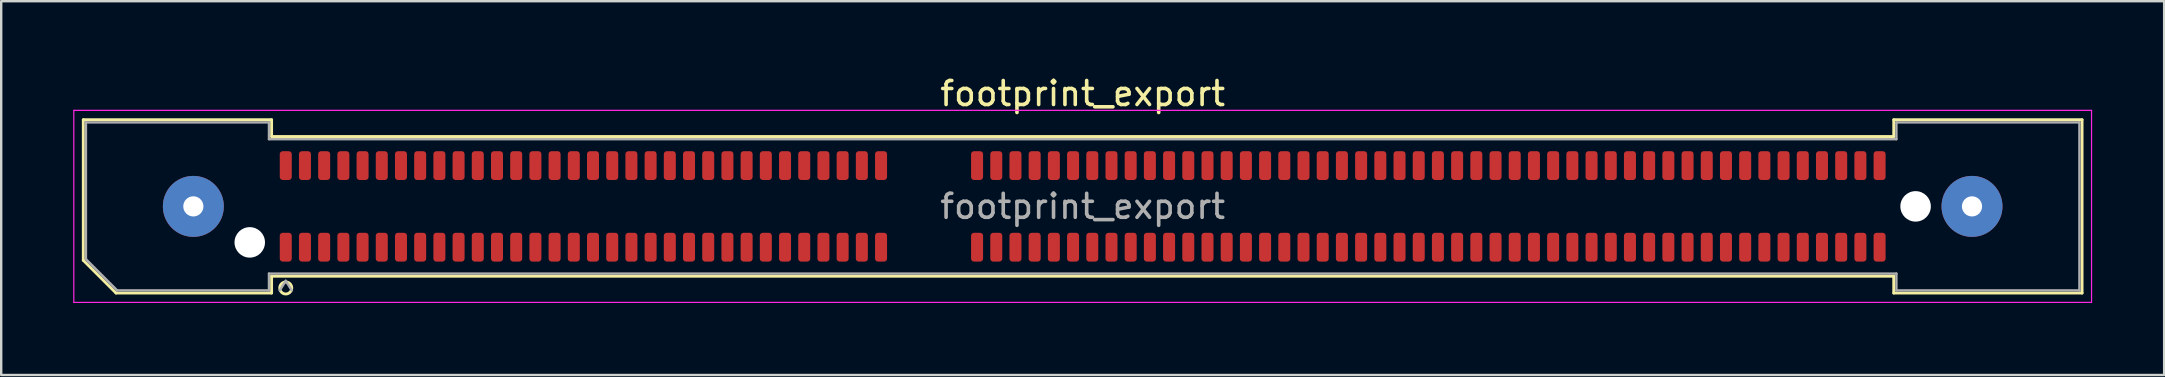
<source format=kicad_pcb>
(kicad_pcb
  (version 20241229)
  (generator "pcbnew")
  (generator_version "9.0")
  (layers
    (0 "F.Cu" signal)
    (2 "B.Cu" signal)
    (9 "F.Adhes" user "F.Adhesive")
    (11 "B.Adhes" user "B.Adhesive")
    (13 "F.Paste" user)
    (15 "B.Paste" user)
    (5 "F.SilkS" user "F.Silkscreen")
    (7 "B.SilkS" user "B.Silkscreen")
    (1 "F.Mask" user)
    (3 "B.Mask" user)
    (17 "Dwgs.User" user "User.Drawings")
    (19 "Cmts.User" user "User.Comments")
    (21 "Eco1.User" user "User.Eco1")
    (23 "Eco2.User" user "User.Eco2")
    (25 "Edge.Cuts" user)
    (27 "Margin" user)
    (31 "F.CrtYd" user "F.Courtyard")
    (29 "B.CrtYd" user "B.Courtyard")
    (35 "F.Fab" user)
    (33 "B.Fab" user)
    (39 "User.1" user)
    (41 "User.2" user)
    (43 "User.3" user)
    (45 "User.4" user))
  (footprint "footprint_export"
    (layer "F.Cu")
    (at 42.055 5.548)
    (property "Reference" "footprint_export" (at 0 -4.7 0) (layer "F.SilkS") (effects (font (size 1 1) (thickness 0.15))))
    (attr smd)
    (fp_line (start -41.635 -3.61) (end -33.79 -3.61) (stroke (width 0.12) (type solid)) (layer "F.SilkS"))
    (fp_line (start -41.635 2.246) (end -41.635 -3.61) (stroke (width 0.12) (type solid)) (layer "F.SilkS"))
    (fp_line (start -40.271 3.61) (end -41.635 2.246) (stroke (width 0.12) (type solid)) (layer "F.SilkS"))
    (fp_line (start -33.79 -3.61) (end -33.79 -2.91) (stroke (width 0.12) (type solid)) (layer "F.SilkS"))
    (fp_line (start -33.79 -2.91) (end 33.79 -2.91) (stroke (width 0.12) (type solid)) (layer "F.SilkS"))
    (fp_line (start -33.79 2.91) (end -33.79 3.61) (stroke (width 0.12) (type solid)) (layer "F.SilkS"))
    (fp_line (start -33.79 3.61) (end -40.271 3.61) (stroke (width 0.12) (type solid)) (layer "F.SilkS"))
    (fp_line (start 33.79 -3.61) (end 41.635 -3.61) (stroke (width 0.12) (type solid)) (layer "F.SilkS"))
    (fp_line (start 33.79 -2.91) (end 33.79 -3.61) (stroke (width 0.12) (type solid)) (layer "F.SilkS"))
    (fp_line (start 33.79 2.91) (end -33.79 2.91) (stroke (width 0.12) (type solid)) (layer "F.SilkS"))
    (fp_line (start 33.79 3.61) (end 33.79 2.91) (stroke (width 0.12) (type solid)) (layer "F.SilkS"))
    (fp_line (start 41.635 -3.61) (end 41.635 3.61) (stroke (width 0.12) (type solid)) (layer "F.SilkS"))
    (fp_line (start 41.635 3.61) (end 33.79 3.61) (stroke (width 0.12) (type solid)) (layer "F.SilkS"))
    (fp_circle (center -33.2 3.4) (end -32.95 3.4) (stroke (width 0.12) (type solid)) (fill no) (layer "F.SilkS"))
    (fp_line (start -42.03 -4) (end -42.03 4) (stroke (width 0.05) (type solid)) (layer "F.CrtYd"))
    (fp_line (start -42.03 4) (end 42.03 4) (stroke (width 0.05) (type solid)) (layer "F.CrtYd"))
    (fp_line (start 42.03 -4) (end -42.03 -4) (stroke (width 0.05) (type solid)) (layer "F.CrtYd"))
    (fp_line (start 42.03 4) (end 42.03 -4) (stroke (width 0.05) (type solid)) (layer "F.CrtYd"))
    (fp_line (start -41.525 -3.5) (end -33.9 -3.5) (stroke (width 0.1) (type solid)) (layer "F.Fab"))
    (fp_line (start -41.525 2.2) (end -41.525 -3.5) (stroke (width 0.1) (type solid)) (layer "F.Fab"))
    (fp_line (start -40.225 3.5) (end -41.525 2.2) (stroke (width 0.1) (type solid)) (layer "F.Fab"))
    (fp_line (start -33.9 -3.5) (end -33.9 -2.8) (stroke (width 0.1) (type solid)) (layer "F.Fab"))
    (fp_line (start -33.9 -2.8) (end 33.9 -2.8) (stroke (width 0.1) (type solid)) (layer "F.Fab"))
    (fp_line (start -33.9 2.8) (end -33.9 3.5) (stroke (width 0.1) (type solid)) (layer "F.Fab"))
    (fp_line (start -33.9 3.5) (end -40.225 3.5) (stroke (width 0.1) (type solid)) (layer "F.Fab"))
    (fp_line (start -33.2 3.1) (end -33.45 3.5) (stroke (width 0.1) (type solid)) (layer "F.Fab"))
    (fp_line (start -33.2 3.1) (end -32.95 3.5) (stroke (width 0.1) (type solid)) (layer "F.Fab"))
    (fp_line (start 33.9 -3.5) (end 41.525 -3.5) (stroke (width 0.1) (type solid)) (layer "F.Fab"))
    (fp_line (start 33.9 -2.8) (end 33.9 -3.5) (stroke (width 0.1) (type solid)) (layer "F.Fab"))
    (fp_line (start 33.9 2.8) (end -33.9 2.8) (stroke (width 0.1) (type solid)) (layer "F.Fab"))
    (fp_line (start 33.9 3.5) (end 33.9 2.8) (stroke (width 0.1) (type solid)) (layer "F.Fab"))
    (fp_line (start 41.525 -3.5) (end 41.525 3.5) (stroke (width 0.1) (type solid)) (layer "F.Fab"))
    (fp_line (start 41.525 3.5) (end 33.9 3.5) (stroke (width 0.1) (type solid)) (layer "F.Fab"))
    (fp_text user "${REFERENCE}" (at 0 0 0) (layer "F.Fab") (effects (font (size 1 1) (thickness 0.15))))
    (pad "" thru_hole circle (at -37.05 0) (size 2.54 2.54) (drill 0.84) (layers "*.Cu" "*.Mask" "F.Paste"))
    (pad "" np_thru_hole circle (at -34.7 1.5) (size 1.27 1.27) (drill 1.27) (layers "*.Cu" "*.Mask"))
    (pad "" np_thru_hole circle (at 34.7 0) (size 1.27 1.27) (drill 1.27) (layers "*.Cu" "*.Mask"))
    (pad "" thru_hole circle (at 37.05 0) (size 2.54 2.54) (drill 0.84) (layers "*.Cu" "*.Mask" "F.Paste"))
    (pad "1" smd roundrect (at -33.2 1.7) (size 0.5 1.2) (layers "F.Cu" "F.Mask" "F.Paste") (roundrect_rratio 0.25))
    (pad "2" smd roundrect (at -33.2 -1.7) (size 0.5 1.2) (layers "F.Cu" "F.Mask" "F.Paste") (roundrect_rratio 0.25))
    (pad "3" smd roundrect (at -32.4 1.7) (size 0.5 1.2) (layers "F.Cu" "F.Mask" "F.Paste") (roundrect_rratio 0.25))
    (pad "4" smd roundrect (at -32.4 -1.7) (size 0.5 1.2) (layers "F.Cu" "F.Mask" "F.Paste") (roundrect_rratio 0.25))
    (pad "5" smd roundrect (at -31.6 1.7) (size 0.5 1.2) (layers "F.Cu" "F.Mask" "F.Paste") (roundrect_rratio 0.25))
    (pad "6" smd roundrect (at -31.6 -1.7) (size 0.5 1.2) (layers "F.Cu" "F.Mask" "F.Paste") (roundrect_rratio 0.25))
    (pad "7" smd roundrect (at -30.8 1.7) (size 0.5 1.2) (layers "F.Cu" "F.Mask" "F.Paste") (roundrect_rratio 0.25))
    (pad "8" smd roundrect (at -30.8 -1.7) (size 0.5 1.2) (layers "F.Cu" "F.Mask" "F.Paste") (roundrect_rratio 0.25))
    (pad "9" smd roundrect (at -30 1.7) (size 0.5 1.2) (layers "F.Cu" "F.Mask" "F.Paste") (roundrect_rratio 0.25))
    (pad "10" smd roundrect (at -30 -1.7) (size 0.5 1.2) (layers "F.Cu" "F.Mask" "F.Paste") (roundrect_rratio 0.25))
    (pad "11" smd roundrect (at -29.2 1.7) (size 0.5 1.2) (layers "F.Cu" "F.Mask" "F.Paste") (roundrect_rratio 0.25))
    (pad "12" smd roundrect (at -29.2 -1.7) (size 0.5 1.2) (layers "F.Cu" "F.Mask" "F.Paste") (roundrect_rratio 0.25))
    (pad "13" smd roundrect (at -28.4 1.7) (size 0.5 1.2) (layers "F.Cu" "F.Mask" "F.Paste") (roundrect_rratio 0.25))
    (pad "14" smd roundrect (at -28.4 -1.7) (size 0.5 1.2) (layers "F.Cu" "F.Mask" "F.Paste") (roundrect_rratio 0.25))
    (pad "15" smd roundrect (at -27.6 1.7) (size 0.5 1.2) (layers "F.Cu" "F.Mask" "F.Paste") (roundrect_rratio 0.25))
    (pad "16" smd roundrect (at -27.6 -1.7) (size 0.5 1.2) (layers "F.Cu" "F.Mask" "F.Paste") (roundrect_rratio 0.25))
    (pad "17" smd roundrect (at -26.8 1.7) (size 0.5 1.2) (layers "F.Cu" "F.Mask" "F.Paste") (roundrect_rratio 0.25))
    (pad "18" smd roundrect (at -26.8 -1.7) (size 0.5 1.2) (layers "F.Cu" "F.Mask" "F.Paste") (roundrect_rratio 0.25))
    (pad "19" smd roundrect (at -26 1.7) (size 0.5 1.2) (layers "F.Cu" "F.Mask" "F.Paste") (roundrect_rratio 0.25))
    (pad "20" smd roundrect (at -26 -1.7) (size 0.5 1.2) (layers "F.Cu" "F.Mask" "F.Paste") (roundrect_rratio 0.25))
    (pad "21" smd roundrect (at -25.2 1.7) (size 0.5 1.2) (layers "F.Cu" "F.Mask" "F.Paste") (roundrect_rratio 0.25))
    (pad "22" smd roundrect (at -25.2 -1.7) (size 0.5 1.2) (layers "F.Cu" "F.Mask" "F.Paste") (roundrect_rratio 0.25))
    (pad "23" smd roundrect (at -24.4 1.7) (size 0.5 1.2) (layers "F.Cu" "F.Mask" "F.Paste") (roundrect_rratio 0.25))
    (pad "24" smd roundrect (at -24.4 -1.7) (size 0.5 1.2) (layers "F.Cu" "F.Mask" "F.Paste") (roundrect_rratio 0.25))
    (pad "25" smd roundrect (at -23.6 1.7) (size 0.5 1.2) (layers "F.Cu" "F.Mask" "F.Paste") (roundrect_rratio 0.25))
    (pad "26" smd roundrect (at -23.6 -1.7) (size 0.5 1.2) (layers "F.Cu" "F.Mask" "F.Paste") (roundrect_rratio 0.25))
    (pad "27" smd roundrect (at -22.8 1.7) (size 0.5 1.2) (layers "F.Cu" "F.Mask" "F.Paste") (roundrect_rratio 0.25))
    (pad "28" smd roundrect (at -22.8 -1.7) (size 0.5 1.2) (layers "F.Cu" "F.Mask" "F.Paste") (roundrect_rratio 0.25))
    (pad "29" smd roundrect (at -22 1.7) (size 0.5 1.2) (layers "F.Cu" "F.Mask" "F.Paste") (roundrect_rratio 0.25))
    (pad "30" smd roundrect (at -22 -1.7) (size 0.5 1.2) (layers "F.Cu" "F.Mask" "F.Paste") (roundrect_rratio 0.25))
    (pad "31" smd roundrect (at -21.2 1.7) (size 0.5 1.2) (layers "F.Cu" "F.Mask" "F.Paste") (roundrect_rratio 0.25))
    (pad "32" smd roundrect (at -21.2 -1.7) (size 0.5 1.2) (layers "F.Cu" "F.Mask" "F.Paste") (roundrect_rratio 0.25))
    (pad "33" smd roundrect (at -20.4 1.7) (size 0.5 1.2) (layers "F.Cu" "F.Mask" "F.Paste") (roundrect_rratio 0.25))
    (pad "34" smd roundrect (at -20.4 -1.7) (size 0.5 1.2) (layers "F.Cu" "F.Mask" "F.Paste") (roundrect_rratio 0.25))
    (pad "35" smd roundrect (at -19.6 1.7) (size 0.5 1.2) (layers "F.Cu" "F.Mask" "F.Paste") (roundrect_rratio 0.25))
    (pad "36" smd roundrect (at -19.6 -1.7) (size 0.5 1.2) (layers "F.Cu" "F.Mask" "F.Paste") (roundrect_rratio 0.25))
    (pad "37" smd roundrect (at -18.8 1.7) (size 0.5 1.2) (layers "F.Cu" "F.Mask" "F.Paste") (roundrect_rratio 0.25))
    (pad "38" smd roundrect (at -18.8 -1.7) (size 0.5 1.2) (layers "F.Cu" "F.Mask" "F.Paste") (roundrect_rratio 0.25))
    (pad "39" smd roundrect (at -18 1.7) (size 0.5 1.2) (layers "F.Cu" "F.Mask" "F.Paste") (roundrect_rratio 0.25))
    (pad "40" smd roundrect (at -18 -1.7) (size 0.5 1.2) (layers "F.Cu" "F.Mask" "F.Paste") (roundrect_rratio 0.25))
    (pad "41" smd roundrect (at -17.2 1.7) (size 0.5 1.2) (layers "F.Cu" "F.Mask" "F.Paste") (roundrect_rratio 0.25))
    (pad "42" smd roundrect (at -17.2 -1.7) (size 0.5 1.2) (layers "F.Cu" "F.Mask" "F.Paste") (roundrect_rratio 0.25))
    (pad "43" smd roundrect (at -16.4 1.7) (size 0.5 1.2) (layers "F.Cu" "F.Mask" "F.Paste") (roundrect_rratio 0.25))
    (pad "44" smd roundrect (at -16.4 -1.7) (size 0.5 1.2) (layers "F.Cu" "F.Mask" "F.Paste") (roundrect_rratio 0.25))
    (pad "45" smd roundrect (at -15.6 1.7) (size 0.5 1.2) (layers "F.Cu" "F.Mask" "F.Paste") (roundrect_rratio 0.25))
    (pad "46" smd roundrect (at -15.6 -1.7) (size 0.5 1.2) (layers "F.Cu" "F.Mask" "F.Paste") (roundrect_rratio 0.25))
    (pad "47" smd roundrect (at -14.8 1.7) (size 0.5 1.2) (layers "F.Cu" "F.Mask" "F.Paste") (roundrect_rratio 0.25))
    (pad "48" smd roundrect (at -14.8 -1.7) (size 0.5 1.2) (layers "F.Cu" "F.Mask" "F.Paste") (roundrect_rratio 0.25))
    (pad "49" smd roundrect (at -14 1.7) (size 0.5 1.2) (layers "F.Cu" "F.Mask" "F.Paste") (roundrect_rratio 0.25))
    (pad "50" smd roundrect (at -14 -1.7) (size 0.5 1.2) (layers "F.Cu" "F.Mask" "F.Paste") (roundrect_rratio 0.25))
    (pad "51" smd roundrect (at -13.2 1.7) (size 0.5 1.2) (layers "F.Cu" "F.Mask" "F.Paste") (roundrect_rratio 0.25))
    (pad "52" smd roundrect (at -13.2 -1.7) (size 0.5 1.2) (layers "F.Cu" "F.Mask" "F.Paste") (roundrect_rratio 0.25))
    (pad "53" smd roundrect (at -12.4 1.7) (size 0.5 1.2) (layers "F.Cu" "F.Mask" "F.Paste") (roundrect_rratio 0.25))
    (pad "54" smd roundrect (at -12.4 -1.7) (size 0.5 1.2) (layers "F.Cu" "F.Mask" "F.Paste") (roundrect_rratio 0.25))
    (pad "55" smd roundrect (at -11.6 1.7) (size 0.5 1.2) (layers "F.Cu" "F.Mask" "F.Paste") (roundrect_rratio 0.25))
    (pad "56" smd roundrect (at -11.6 -1.7) (size 0.5 1.2) (layers "F.Cu" "F.Mask" "F.Paste") (roundrect_rratio 0.25))
    (pad "57" smd roundrect (at -10.8 1.7) (size 0.5 1.2) (layers "F.Cu" "F.Mask" "F.Paste") (roundrect_rratio 0.25))
    (pad "58" smd roundrect (at -10.8 -1.7) (size 0.5 1.2) (layers "F.Cu" "F.Mask" "F.Paste") (roundrect_rratio 0.25))
    (pad "59" smd roundrect (at -10 1.7) (size 0.5 1.2) (layers "F.Cu" "F.Mask" "F.Paste") (roundrect_rratio 0.25))
    (pad "60" smd roundrect (at -10 -1.7) (size 0.5 1.2) (layers "F.Cu" "F.Mask" "F.Paste") (roundrect_rratio 0.25))
    (pad "61" smd roundrect (at -9.2 1.7) (size 0.5 1.2) (layers "F.Cu" "F.Mask" "F.Paste") (roundrect_rratio 0.25))
    (pad "62" smd roundrect (at -9.2 -1.7) (size 0.5 1.2) (layers "F.Cu" "F.Mask" "F.Paste") (roundrect_rratio 0.25))
    (pad "63" smd roundrect (at -8.4 1.7) (size 0.5 1.2) (layers "F.Cu" "F.Mask" "F.Paste") (roundrect_rratio 0.25))
    (pad "64" smd roundrect (at -8.4 -1.7) (size 0.5 1.2) (layers "F.Cu" "F.Mask" "F.Paste") (roundrect_rratio 0.25))
    (pad "65" smd roundrect (at -4.4 1.7) (size 0.5 1.2) (layers "F.Cu" "F.Mask" "F.Paste") (roundrect_rratio 0.25))
    (pad "66" smd roundrect (at -4.4 -1.7) (size 0.5 1.2) (layers "F.Cu" "F.Mask" "F.Paste") (roundrect_rratio 0.25))
    (pad "67" smd roundrect (at -3.6 1.7) (size 0.5 1.2) (layers "F.Cu" "F.Mask" "F.Paste") (roundrect_rratio 0.25))
    (pad "68" smd roundrect (at -3.6 -1.7) (size 0.5 1.2) (layers "F.Cu" "F.Mask" "F.Paste") (roundrect_rratio 0.25))
    (pad "69" smd roundrect (at -2.8 1.7) (size 0.5 1.2) (layers "F.Cu" "F.Mask" "F.Paste") (roundrect_rratio 0.25))
    (pad "70" smd roundrect (at -2.8 -1.7) (size 0.5 1.2) (layers "F.Cu" "F.Mask" "F.Paste") (roundrect_rratio 0.25))
    (pad "71" smd roundrect (at -2 1.7) (size 0.5 1.2) (layers "F.Cu" "F.Mask" "F.Paste") (roundrect_rratio 0.25))
    (pad "72" smd roundrect (at -2 -1.7) (size 0.5 1.2) (layers "F.Cu" "F.Mask" "F.Paste") (roundrect_rratio 0.25))
    (pad "73" smd roundrect (at -1.2 1.7) (size 0.5 1.2) (layers "F.Cu" "F.Mask" "F.Paste") (roundrect_rratio 0.25))
    (pad "74" smd roundrect (at -1.2 -1.7) (size 0.5 1.2) (layers "F.Cu" "F.Mask" "F.Paste") (roundrect_rratio 0.25))
    (pad "75" smd roundrect (at -0.4 1.7) (size 0.5 1.2) (layers "F.Cu" "F.Mask" "F.Paste") (roundrect_rratio 0.25))
    (pad "76" smd roundrect (at -0.4 -1.7) (size 0.5 1.2) (layers "F.Cu" "F.Mask" "F.Paste") (roundrect_rratio 0.25))
    (pad "77" smd roundrect (at 0.4 1.7) (size 0.5 1.2) (layers "F.Cu" "F.Mask" "F.Paste") (roundrect_rratio 0.25))
    (pad "78" smd roundrect (at 0.4 -1.7) (size 0.5 1.2) (layers "F.Cu" "F.Mask" "F.Paste") (roundrect_rratio 0.25))
    (pad "79" smd roundrect (at 1.2 1.7) (size 0.5 1.2) (layers "F.Cu" "F.Mask" "F.Paste") (roundrect_rratio 0.25))
    (pad "80" smd roundrect (at 1.2 -1.7) (size 0.5 1.2) (layers "F.Cu" "F.Mask" "F.Paste") (roundrect_rratio 0.25))
    (pad "81" smd roundrect (at 2 1.7) (size 0.5 1.2) (layers "F.Cu" "F.Mask" "F.Paste") (roundrect_rratio 0.25))
    (pad "82" smd roundrect (at 2 -1.7) (size 0.5 1.2) (layers "F.Cu" "F.Mask" "F.Paste") (roundrect_rratio 0.25))
    (pad "83" smd roundrect (at 2.8 1.7) (size 0.5 1.2) (layers "F.Cu" "F.Mask" "F.Paste") (roundrect_rratio 0.25))
    (pad "84" smd roundrect (at 2.8 -1.7) (size 0.5 1.2) (layers "F.Cu" "F.Mask" "F.Paste") (roundrect_rratio 0.25))
    (pad "85" smd roundrect (at 3.6 1.7) (size 0.5 1.2) (layers "F.Cu" "F.Mask" "F.Paste") (roundrect_rratio 0.25))
    (pad "86" smd roundrect (at 3.6 -1.7) (size 0.5 1.2) (layers "F.Cu" "F.Mask" "F.Paste") (roundrect_rratio 0.25))
    (pad "87" smd roundrect (at 4.4 1.7) (size 0.5 1.2) (layers "F.Cu" "F.Mask" "F.Paste") (roundrect_rratio 0.25))
    (pad "88" smd roundrect (at 4.4 -1.7) (size 0.5 1.2) (layers "F.Cu" "F.Mask" "F.Paste") (roundrect_rratio 0.25))
    (pad "89" smd roundrect (at 5.2 1.7) (size 0.5 1.2) (layers "F.Cu" "F.Mask" "F.Paste") (roundrect_rratio 0.25))
    (pad "90" smd roundrect (at 5.2 -1.7) (size 0.5 1.2) (layers "F.Cu" "F.Mask" "F.Paste") (roundrect_rratio 0.25))
    (pad "91" smd roundrect (at 6 1.7) (size 0.5 1.2) (layers "F.Cu" "F.Mask" "F.Paste") (roundrect_rratio 0.25))
    (pad "92" smd roundrect (at 6 -1.7) (size 0.5 1.2) (layers "F.Cu" "F.Mask" "F.Paste") (roundrect_rratio 0.25))
    (pad "93" smd roundrect (at 6.8 1.7) (size 0.5 1.2) (layers "F.Cu" "F.Mask" "F.Paste") (roundrect_rratio 0.25))
    (pad "94" smd roundrect (at 6.8 -1.7) (size 0.5 1.2) (layers "F.Cu" "F.Mask" "F.Paste") (roundrect_rratio 0.25))
    (pad "95" smd roundrect (at 7.6 1.7) (size 0.5 1.2) (layers "F.Cu" "F.Mask" "F.Paste") (roundrect_rratio 0.25))
    (pad "96" smd roundrect (at 7.6 -1.7) (size 0.5 1.2) (layers "F.Cu" "F.Mask" "F.Paste") (roundrect_rratio 0.25))
    (pad "97" smd roundrect (at 8.4 1.7) (size 0.5 1.2) (layers "F.Cu" "F.Mask" "F.Paste") (roundrect_rratio 0.25))
    (pad "98" smd roundrect (at 8.4 -1.7) (size 0.5 1.2) (layers "F.Cu" "F.Mask" "F.Paste") (roundrect_rratio 0.25))
    (pad "99" smd roundrect (at 9.2 1.7) (size 0.5 1.2) (layers "F.Cu" "F.Mask" "F.Paste") (roundrect_rratio 0.25))
    (pad "100" smd roundrect (at 9.2 -1.7) (size 0.5 1.2) (layers "F.Cu" "F.Mask" "F.Paste") (roundrect_rratio 0.25))
    (pad "101" smd roundrect (at 10 1.7) (size 0.5 1.2) (layers "F.Cu" "F.Mask" "F.Paste") (roundrect_rratio 0.25))
    (pad "102" smd roundrect (at 10 -1.7) (size 0.5 1.2) (layers "F.Cu" "F.Mask" "F.Paste") (roundrect_rratio 0.25))
    (pad "103" smd roundrect (at 10.8 1.7) (size 0.5 1.2) (layers "F.Cu" "F.Mask" "F.Paste") (roundrect_rratio 0.25))
    (pad "104" smd roundrect (at 10.8 -1.7) (size 0.5 1.2) (layers "F.Cu" "F.Mask" "F.Paste") (roundrect_rratio 0.25))
    (pad "105" smd roundrect (at 11.6 1.7) (size 0.5 1.2) (layers "F.Cu" "F.Mask" "F.Paste") (roundrect_rratio 0.25))
    (pad "106" smd roundrect (at 11.6 -1.7) (size 0.5 1.2) (layers "F.Cu" "F.Mask" "F.Paste") (roundrect_rratio 0.25))
    (pad "107" smd roundrect (at 12.4 1.7) (size 0.5 1.2) (layers "F.Cu" "F.Mask" "F.Paste") (roundrect_rratio 0.25))
    (pad "108" smd roundrect (at 12.4 -1.7) (size 0.5 1.2) (layers "F.Cu" "F.Mask" "F.Paste") (roundrect_rratio 0.25))
    (pad "109" smd roundrect (at 13.2 1.7) (size 0.5 1.2) (layers "F.Cu" "F.Mask" "F.Paste") (roundrect_rratio 0.25))
    (pad "110" smd roundrect (at 13.2 -1.7) (size 0.5 1.2) (layers "F.Cu" "F.Mask" "F.Paste") (roundrect_rratio 0.25))
    (pad "111" smd roundrect (at 14 1.7) (size 0.5 1.2) (layers "F.Cu" "F.Mask" "F.Paste") (roundrect_rratio 0.25))
    (pad "112" smd roundrect (at 14 -1.7) (size 0.5 1.2) (layers "F.Cu" "F.Mask" "F.Paste") (roundrect_rratio 0.25))
    (pad "113" smd roundrect (at 14.8 1.7) (size 0.5 1.2) (layers "F.Cu" "F.Mask" "F.Paste") (roundrect_rratio 0.25))
    (pad "114" smd roundrect (at 14.8 -1.7) (size 0.5 1.2) (layers "F.Cu" "F.Mask" "F.Paste") (roundrect_rratio 0.25))
    (pad "115" smd roundrect (at 15.6 1.7) (size 0.5 1.2) (layers "F.Cu" "F.Mask" "F.Paste") (roundrect_rratio 0.25))
    (pad "116" smd roundrect (at 15.6 -1.7) (size 0.5 1.2) (layers "F.Cu" "F.Mask" "F.Paste") (roundrect_rratio 0.25))
    (pad "117" smd roundrect (at 16.4 1.7) (size 0.5 1.2) (layers "F.Cu" "F.Mask" "F.Paste") (roundrect_rratio 0.25))
    (pad "118" smd roundrect (at 16.4 -1.7) (size 0.5 1.2) (layers "F.Cu" "F.Mask" "F.Paste") (roundrect_rratio 0.25))
    (pad "119" smd roundrect (at 17.2 1.7) (size 0.5 1.2) (layers "F.Cu" "F.Mask" "F.Paste") (roundrect_rratio 0.25))
    (pad "120" smd roundrect (at 17.2 -1.7) (size 0.5 1.2) (layers "F.Cu" "F.Mask" "F.Paste") (roundrect_rratio 0.25))
    (pad "121" smd roundrect (at 18 1.7) (size 0.5 1.2) (layers "F.Cu" "F.Mask" "F.Paste") (roundrect_rratio 0.25))
    (pad "122" smd roundrect (at 18 -1.7) (size 0.5 1.2) (layers "F.Cu" "F.Mask" "F.Paste") (roundrect_rratio 0.25))
    (pad "123" smd roundrect (at 18.8 1.7) (size 0.5 1.2) (layers "F.Cu" "F.Mask" "F.Paste") (roundrect_rratio 0.25))
    (pad "124" smd roundrect (at 18.8 -1.7) (size 0.5 1.2) (layers "F.Cu" "F.Mask" "F.Paste") (roundrect_rratio 0.25))
    (pad "125" smd roundrect (at 19.6 1.7) (size 0.5 1.2) (layers "F.Cu" "F.Mask" "F.Paste") (roundrect_rratio 0.25))
    (pad "126" smd roundrect (at 19.6 -1.7) (size 0.5 1.2) (layers "F.Cu" "F.Mask" "F.Paste") (roundrect_rratio 0.25))
    (pad "127" smd roundrect (at 20.4 1.7) (size 0.5 1.2) (layers "F.Cu" "F.Mask" "F.Paste") (roundrect_rratio 0.25))
    (pad "128" smd roundrect (at 20.4 -1.7) (size 0.5 1.2) (layers "F.Cu" "F.Mask" "F.Paste") (roundrect_rratio 0.25))
    (pad "129" smd roundrect (at 21.2 1.7) (size 0.5 1.2) (layers "F.Cu" "F.Mask" "F.Paste") (roundrect_rratio 0.25))
    (pad "130" smd roundrect (at 21.2 -1.7) (size 0.5 1.2) (layers "F.Cu" "F.Mask" "F.Paste") (roundrect_rratio 0.25))
    (pad "131" smd roundrect (at 22 1.7) (size 0.5 1.2) (layers "F.Cu" "F.Mask" "F.Paste") (roundrect_rratio 0.25))
    (pad "132" smd roundrect (at 22 -1.7) (size 0.5 1.2) (layers "F.Cu" "F.Mask" "F.Paste") (roundrect_rratio 0.25))
    (pad "133" smd roundrect (at 22.8 1.7) (size 0.5 1.2) (layers "F.Cu" "F.Mask" "F.Paste") (roundrect_rratio 0.25))
    (pad "134" smd roundrect (at 22.8 -1.7) (size 0.5 1.2) (layers "F.Cu" "F.Mask" "F.Paste") (roundrect_rratio 0.25))
    (pad "135" smd roundrect (at 23.6 1.7) (size 0.5 1.2) (layers "F.Cu" "F.Mask" "F.Paste") (roundrect_rratio 0.25))
    (pad "136" smd roundrect (at 23.6 -1.7) (size 0.5 1.2) (layers "F.Cu" "F.Mask" "F.Paste") (roundrect_rratio 0.25))
    (pad "137" smd roundrect (at 24.4 1.7) (size 0.5 1.2) (layers "F.Cu" "F.Mask" "F.Paste") (roundrect_rratio 0.25))
    (pad "138" smd roundrect (at 24.4 -1.7) (size 0.5 1.2) (layers "F.Cu" "F.Mask" "F.Paste") (roundrect_rratio 0.25))
    (pad "139" smd roundrect (at 25.2 1.7) (size 0.5 1.2) (layers "F.Cu" "F.Mask" "F.Paste") (roundrect_rratio 0.25))
    (pad "140" smd roundrect (at 25.2 -1.7) (size 0.5 1.2) (layers "F.Cu" "F.Mask" "F.Paste") (roundrect_rratio 0.25))
    (pad "141" smd roundrect (at 26 1.7) (size 0.5 1.2) (layers "F.Cu" "F.Mask" "F.Paste") (roundrect_rratio 0.25))
    (pad "142" smd roundrect (at 26 -1.7) (size 0.5 1.2) (layers "F.Cu" "F.Mask" "F.Paste") (roundrect_rratio 0.25))
    (pad "143" smd roundrect (at 26.8 1.7) (size 0.5 1.2) (layers "F.Cu" "F.Mask" "F.Paste") (roundrect_rratio 0.25))
    (pad "144" smd roundrect (at 26.8 -1.7) (size 0.5 1.2) (layers "F.Cu" "F.Mask" "F.Paste") (roundrect_rratio 0.25))
    (pad "145" smd roundrect (at 27.6 1.7) (size 0.5 1.2) (layers "F.Cu" "F.Mask" "F.Paste") (roundrect_rratio 0.25))
    (pad "146" smd roundrect (at 27.6 -1.7) (size 0.5 1.2) (layers "F.Cu" "F.Mask" "F.Paste") (roundrect_rratio 0.25))
    (pad "147" smd roundrect (at 28.4 1.7) (size 0.5 1.2) (layers "F.Cu" "F.Mask" "F.Paste") (roundrect_rratio 0.25))
    (pad "148" smd roundrect (at 28.4 -1.7) (size 0.5 1.2) (layers "F.Cu" "F.Mask" "F.Paste") (roundrect_rratio 0.25))
    (pad "149" smd roundrect (at 29.2 1.7) (size 0.5 1.2) (layers "F.Cu" "F.Mask" "F.Paste") (roundrect_rratio 0.25))
    (pad "150" smd roundrect (at 29.2 -1.7) (size 0.5 1.2) (layers "F.Cu" "F.Mask" "F.Paste") (roundrect_rratio 0.25))
    (pad "151" smd roundrect (at 30 1.7) (size 0.5 1.2) (layers "F.Cu" "F.Mask" "F.Paste") (roundrect_rratio 0.25))
    (pad "152" smd roundrect (at 30 -1.7) (size 0.5 1.2) (layers "F.Cu" "F.Mask" "F.Paste") (roundrect_rratio 0.25))
    (pad "153" smd roundrect (at 30.8 1.7) (size 0.5 1.2) (layers "F.Cu" "F.Mask" "F.Paste") (roundrect_rratio 0.25))
    (pad "154" smd roundrect (at 30.8 -1.7) (size 0.5 1.2) (layers "F.Cu" "F.Mask" "F.Paste") (roundrect_rratio 0.25))
    (pad "155" smd roundrect (at 31.6 1.7) (size 0.5 1.2) (layers "F.Cu" "F.Mask" "F.Paste") (roundrect_rratio 0.25))
    (pad "156" smd roundrect (at 31.6 -1.7) (size 0.5 1.2) (layers "F.Cu" "F.Mask" "F.Paste") (roundrect_rratio 0.25))
    (pad "157" smd roundrect (at 32.4 1.7) (size 0.5 1.2) (layers "F.Cu" "F.Mask" "F.Paste") (roundrect_rratio 0.25))
    (pad "158" smd roundrect (at 32.4 -1.7) (size 0.5 1.2) (layers "F.Cu" "F.Mask" "F.Paste") (roundrect_rratio 0.25))
    (pad "159" smd roundrect (at 33.2 1.7) (size 0.5 1.2) (layers "F.Cu" "F.Mask" "F.Paste") (roundrect_rratio 0.25))
    (pad "160" smd roundrect (at 33.2 -1.7) (size 0.5 1.2) (layers "F.Cu" "F.Mask" "F.Paste") (roundrect_rratio 0.25)))
  (gr_rect
    (start -3 -3)
    (end 87.11 12.573)
    (stroke (width 0.1) (type default))
    (fill no)
    (layer "Edge.Cuts")))
</source>
